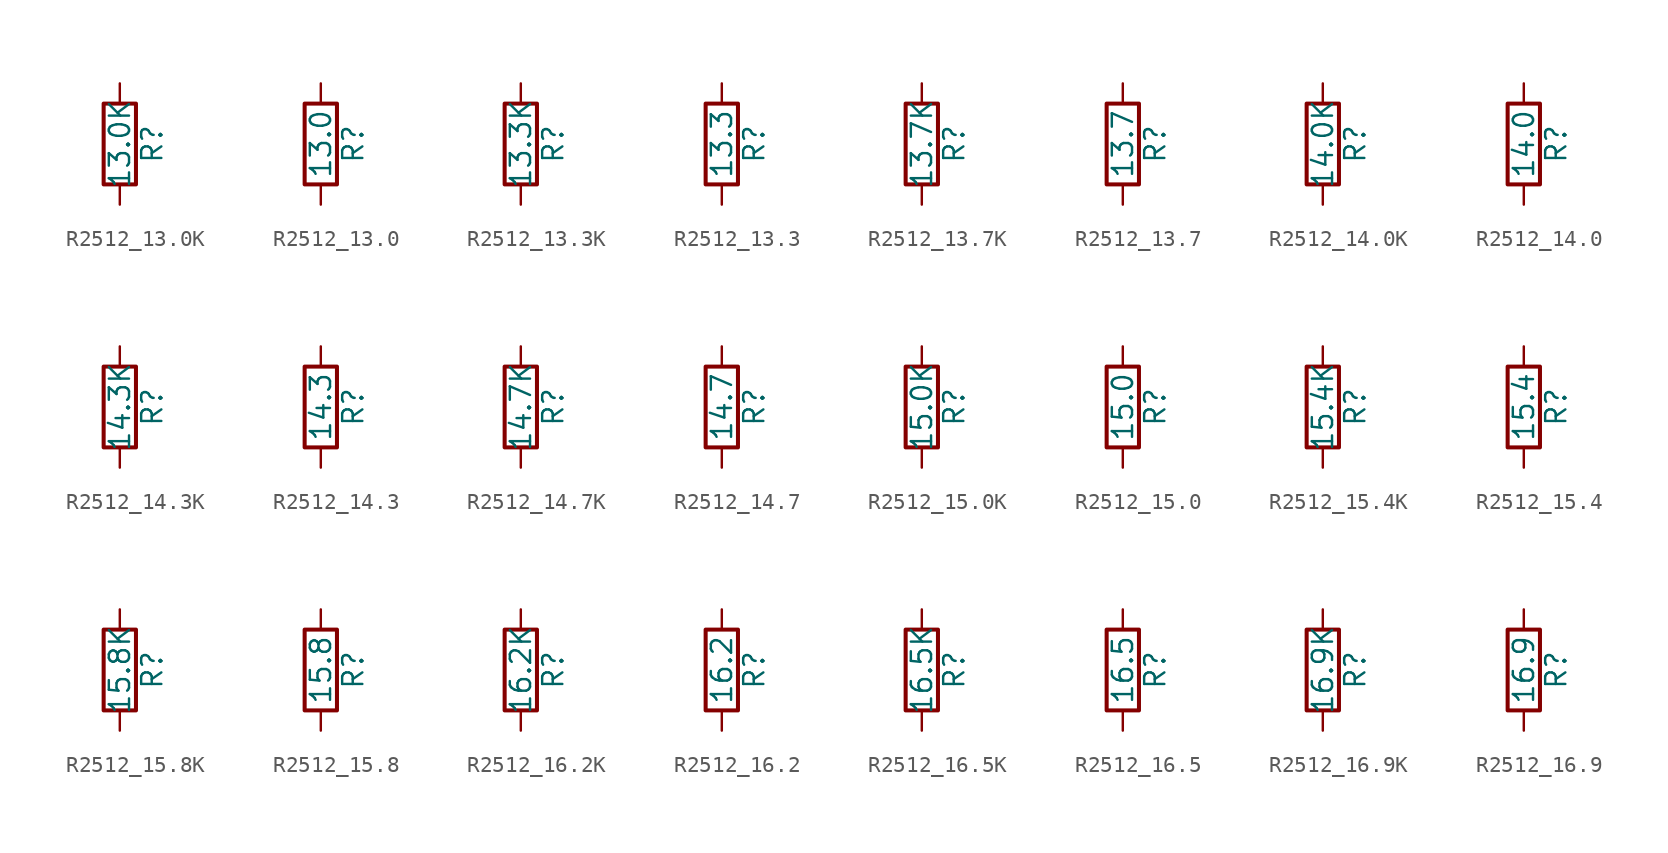
<source format=kicad_sym>
(kicad_symbol_lib
  (version 20211014)
  (generator atlantix-eda)
  (symbol "R2512_13.0K"
    (pin_numbers hide)
    (pin_names
      (offset 0))
    (property "Reference" "R"
      (at 2.032 0 90)
      (effects (font (size 1.27 1.27))))
    (property "Value" "13.0K"
      (at 0 0 90)
      (effects (font (size 1.27 1.27))))
    (symbol "R2512_13.0K_0_1"
      (rectangle (start -1.016 -2.54) (end 1.016 2.54) (stroke (width 0.254) (type default) (color 0 0 0 0)) (fill (type none))))
    (symbol "R2512_13.0K_1_1"
      (pin passive line (at 0 3.81 270) (length 1.27) (name "~" (effects (font (size 1.27 1.27)))) (number "1" (effects (font (size 1.27 1.27)))))
      (pin passive line (at 0 -3.81 90) (length 1.27) (name "~" (effects (font (size 1.27 1.27)))) (number "2" (effects (font (size 1.27 1.27)))))))
  (symbol "R2512_13.0"
    (pin_numbers hide)
    (pin_names
      (offset 0))
    (property "Reference" "R"
      (at 2.032 0 90)
      (effects (font (size 1.27 1.27))))
    (property "Value" "13.0"
      (at 0 0 90)
      (effects (font (size 1.27 1.27))))
    (symbol "R2512_13.0_0_1"
      (rectangle (start -1.016 -2.54) (end 1.016 2.54) (stroke (width 0.254) (type default) (color 0 0 0 0)) (fill (type none))))
    (symbol "R2512_13.0_1_1"
      (pin passive line (at 0 3.81 270) (length 1.27) (name "~" (effects (font (size 1.27 1.27)))) (number "1" (effects (font (size 1.27 1.27)))))
      (pin passive line (at 0 -3.81 90) (length 1.27) (name "~" (effects (font (size 1.27 1.27)))) (number "2" (effects (font (size 1.27 1.27)))))))
  (symbol "R2512_13.3K"
    (pin_numbers hide)
    (pin_names
      (offset 0))
    (property "Reference" "R"
      (at 2.032 0 90)
      (effects (font (size 1.27 1.27))))
    (property "Value" "13.3K"
      (at 0 0 90)
      (effects (font (size 1.27 1.27))))
    (symbol "R2512_13.3K_0_1"
      (rectangle (start -1.016 -2.54) (end 1.016 2.54) (stroke (width 0.254) (type default) (color 0 0 0 0)) (fill (type none))))
    (symbol "R2512_13.3K_1_1"
      (pin passive line (at 0 3.81 270) (length 1.27) (name "~" (effects (font (size 1.27 1.27)))) (number "1" (effects (font (size 1.27 1.27)))))
      (pin passive line (at 0 -3.81 90) (length 1.27) (name "~" (effects (font (size 1.27 1.27)))) (number "2" (effects (font (size 1.27 1.27)))))))
  (symbol "R2512_13.3"
    (pin_numbers hide)
    (pin_names
      (offset 0))
    (property "Reference" "R"
      (at 2.032 0 90)
      (effects (font (size 1.27 1.27))))
    (property "Value" "13.3"
      (at 0 0 90)
      (effects (font (size 1.27 1.27))))
    (symbol "R2512_13.3_0_1"
      (rectangle (start -1.016 -2.54) (end 1.016 2.54) (stroke (width 0.254) (type default) (color 0 0 0 0)) (fill (type none))))
    (symbol "R2512_13.3_1_1"
      (pin passive line (at 0 3.81 270) (length 1.27) (name "~" (effects (font (size 1.27 1.27)))) (number "1" (effects (font (size 1.27 1.27)))))
      (pin passive line (at 0 -3.81 90) (length 1.27) (name "~" (effects (font (size 1.27 1.27)))) (number "2" (effects (font (size 1.27 1.27)))))))
  (symbol "R2512_13.7K"
    (pin_numbers hide)
    (pin_names
      (offset 0))
    (property "Reference" "R"
      (at 2.032 0 90)
      (effects (font (size 1.27 1.27))))
    (property "Value" "13.7K"
      (at 0 0 90)
      (effects (font (size 1.27 1.27))))
    (symbol "R2512_13.7K_0_1"
      (rectangle (start -1.016 -2.54) (end 1.016 2.54) (stroke (width 0.254) (type default) (color 0 0 0 0)) (fill (type none))))
    (symbol "R2512_13.7K_1_1"
      (pin passive line (at 0 3.81 270) (length 1.27) (name "~" (effects (font (size 1.27 1.27)))) (number "1" (effects (font (size 1.27 1.27)))))
      (pin passive line (at 0 -3.81 90) (length 1.27) (name "~" (effects (font (size 1.27 1.27)))) (number "2" (effects (font (size 1.27 1.27)))))))
  (symbol "R2512_13.7"
    (pin_numbers hide)
    (pin_names
      (offset 0))
    (property "Reference" "R"
      (at 2.032 0 90)
      (effects (font (size 1.27 1.27))))
    (property "Value" "13.7"
      (at 0 0 90)
      (effects (font (size 1.27 1.27))))
    (symbol "R2512_13.7_0_1"
      (rectangle (start -1.016 -2.54) (end 1.016 2.54) (stroke (width 0.254) (type default) (color 0 0 0 0)) (fill (type none))))
    (symbol "R2512_13.7_1_1"
      (pin passive line (at 0 3.81 270) (length 1.27) (name "~" (effects (font (size 1.27 1.27)))) (number "1" (effects (font (size 1.27 1.27)))))
      (pin passive line (at 0 -3.81 90) (length 1.27) (name "~" (effects (font (size 1.27 1.27)))) (number "2" (effects (font (size 1.27 1.27)))))))
  (symbol "R2512_14.0K"
    (pin_numbers hide)
    (pin_names
      (offset 0))
    (property "Reference" "R"
      (at 2.032 0 90)
      (effects (font (size 1.27 1.27))))
    (property "Value" "14.0K"
      (at 0 0 90)
      (effects (font (size 1.27 1.27))))
    (symbol "R2512_14.0K_0_1"
      (rectangle (start -1.016 -2.54) (end 1.016 2.54) (stroke (width 0.254) (type default) (color 0 0 0 0)) (fill (type none))))
    (symbol "R2512_14.0K_1_1"
      (pin passive line (at 0 3.81 270) (length 1.27) (name "~" (effects (font (size 1.27 1.27)))) (number "1" (effects (font (size 1.27 1.27)))))
      (pin passive line (at 0 -3.81 90) (length 1.27) (name "~" (effects (font (size 1.27 1.27)))) (number "2" (effects (font (size 1.27 1.27)))))))
  (symbol "R2512_14.0"
    (pin_numbers hide)
    (pin_names
      (offset 0))
    (property "Reference" "R"
      (at 2.032 0 90)
      (effects (font (size 1.27 1.27))))
    (property "Value" "14.0"
      (at 0 0 90)
      (effects (font (size 1.27 1.27))))
    (symbol "R2512_14.0_0_1"
      (rectangle (start -1.016 -2.54) (end 1.016 2.54) (stroke (width 0.254) (type default) (color 0 0 0 0)) (fill (type none))))
    (symbol "R2512_14.0_1_1"
      (pin passive line (at 0 3.81 270) (length 1.27) (name "~" (effects (font (size 1.27 1.27)))) (number "1" (effects (font (size 1.27 1.27)))))
      (pin passive line (at 0 -3.81 90) (length 1.27) (name "~" (effects (font (size 1.27 1.27)))) (number "2" (effects (font (size 1.27 1.27)))))))
  (symbol "R2512_14.3K"
    (pin_numbers hide)
    (pin_names
      (offset 0))
    (property "Reference" "R"
      (at 2.032 0 90)
      (effects (font (size 1.27 1.27))))
    (property "Value" "14.3K"
      (at 0 0 90)
      (effects (font (size 1.27 1.27))))
    (symbol "R2512_14.3K_0_1"
      (rectangle (start -1.016 -2.54) (end 1.016 2.54) (stroke (width 0.254) (type default) (color 0 0 0 0)) (fill (type none))))
    (symbol "R2512_14.3K_1_1"
      (pin passive line (at 0 3.81 270) (length 1.27) (name "~" (effects (font (size 1.27 1.27)))) (number "1" (effects (font (size 1.27 1.27)))))
      (pin passive line (at 0 -3.81 90) (length 1.27) (name "~" (effects (font (size 1.27 1.27)))) (number "2" (effects (font (size 1.27 1.27)))))))
  (symbol "R2512_14.3"
    (pin_numbers hide)
    (pin_names
      (offset 0))
    (property "Reference" "R"
      (at 2.032 0 90)
      (effects (font (size 1.27 1.27))))
    (property "Value" "14.3"
      (at 0 0 90)
      (effects (font (size 1.27 1.27))))
    (symbol "R2512_14.3_0_1"
      (rectangle (start -1.016 -2.54) (end 1.016 2.54) (stroke (width 0.254) (type default) (color 0 0 0 0)) (fill (type none))))
    (symbol "R2512_14.3_1_1"
      (pin passive line (at 0 3.81 270) (length 1.27) (name "~" (effects (font (size 1.27 1.27)))) (number "1" (effects (font (size 1.27 1.27)))))
      (pin passive line (at 0 -3.81 90) (length 1.27) (name "~" (effects (font (size 1.27 1.27)))) (number "2" (effects (font (size 1.27 1.27)))))))
  (symbol "R2512_14.7K"
    (pin_numbers hide)
    (pin_names
      (offset 0))
    (property "Reference" "R"
      (at 2.032 0 90)
      (effects (font (size 1.27 1.27))))
    (property "Value" "14.7K"
      (at 0 0 90)
      (effects (font (size 1.27 1.27))))
    (symbol "R2512_14.7K_0_1"
      (rectangle (start -1.016 -2.54) (end 1.016 2.54) (stroke (width 0.254) (type default) (color 0 0 0 0)) (fill (type none))))
    (symbol "R2512_14.7K_1_1"
      (pin passive line (at 0 3.81 270) (length 1.27) (name "~" (effects (font (size 1.27 1.27)))) (number "1" (effects (font (size 1.27 1.27)))))
      (pin passive line (at 0 -3.81 90) (length 1.27) (name "~" (effects (font (size 1.27 1.27)))) (number "2" (effects (font (size 1.27 1.27)))))))
  (symbol "R2512_14.7"
    (pin_numbers hide)
    (pin_names
      (offset 0))
    (property "Reference" "R"
      (at 2.032 0 90)
      (effects (font (size 1.27 1.27))))
    (property "Value" "14.7"
      (at 0 0 90)
      (effects (font (size 1.27 1.27))))
    (symbol "R2512_14.7_0_1"
      (rectangle (start -1.016 -2.54) (end 1.016 2.54) (stroke (width 0.254) (type default) (color 0 0 0 0)) (fill (type none))))
    (symbol "R2512_14.7_1_1"
      (pin passive line (at 0 3.81 270) (length 1.27) (name "~" (effects (font (size 1.27 1.27)))) (number "1" (effects (font (size 1.27 1.27)))))
      (pin passive line (at 0 -3.81 90) (length 1.27) (name "~" (effects (font (size 1.27 1.27)))) (number "2" (effects (font (size 1.27 1.27)))))))
  (symbol "R2512_15.0K"
    (pin_numbers hide)
    (pin_names
      (offset 0))
    (property "Reference" "R"
      (at 2.032 0 90)
      (effects (font (size 1.27 1.27))))
    (property "Value" "15.0K"
      (at 0 0 90)
      (effects (font (size 1.27 1.27))))
    (symbol "R2512_15.0K_0_1"
      (rectangle (start -1.016 -2.54) (end 1.016 2.54) (stroke (width 0.254) (type default) (color 0 0 0 0)) (fill (type none))))
    (symbol "R2512_15.0K_1_1"
      (pin passive line (at 0 3.81 270) (length 1.27) (name "~" (effects (font (size 1.27 1.27)))) (number "1" (effects (font (size 1.27 1.27)))))
      (pin passive line (at 0 -3.81 90) (length 1.27) (name "~" (effects (font (size 1.27 1.27)))) (number "2" (effects (font (size 1.27 1.27)))))))
  (symbol "R2512_15.0"
    (pin_numbers hide)
    (pin_names
      (offset 0))
    (property "Reference" "R"
      (at 2.032 0 90)
      (effects (font (size 1.27 1.27))))
    (property "Value" "15.0"
      (at 0 0 90)
      (effects (font (size 1.27 1.27))))
    (symbol "R2512_15.0_0_1"
      (rectangle (start -1.016 -2.54) (end 1.016 2.54) (stroke (width 0.254) (type default) (color 0 0 0 0)) (fill (type none))))
    (symbol "R2512_15.0_1_1"
      (pin passive line (at 0 3.81 270) (length 1.27) (name "~" (effects (font (size 1.27 1.27)))) (number "1" (effects (font (size 1.27 1.27)))))
      (pin passive line (at 0 -3.81 90) (length 1.27) (name "~" (effects (font (size 1.27 1.27)))) (number "2" (effects (font (size 1.27 1.27)))))))
  (symbol "R2512_15.4K"
    (pin_numbers hide)
    (pin_names
      (offset 0))
    (property "Reference" "R"
      (at 2.032 0 90)
      (effects (font (size 1.27 1.27))))
    (property "Value" "15.4K"
      (at 0 0 90)
      (effects (font (size 1.27 1.27))))
    (symbol "R2512_15.4K_0_1"
      (rectangle (start -1.016 -2.54) (end 1.016 2.54) (stroke (width 0.254) (type default) (color 0 0 0 0)) (fill (type none))))
    (symbol "R2512_15.4K_1_1"
      (pin passive line (at 0 3.81 270) (length 1.27) (name "~" (effects (font (size 1.27 1.27)))) (number "1" (effects (font (size 1.27 1.27)))))
      (pin passive line (at 0 -3.81 90) (length 1.27) (name "~" (effects (font (size 1.27 1.27)))) (number "2" (effects (font (size 1.27 1.27)))))))
  (symbol "R2512_15.4"
    (pin_numbers hide)
    (pin_names
      (offset 0))
    (property "Reference" "R"
      (at 2.032 0 90)
      (effects (font (size 1.27 1.27))))
    (property "Value" "15.4"
      (at 0 0 90)
      (effects (font (size 1.27 1.27))))
    (symbol "R2512_15.4_0_1"
      (rectangle (start -1.016 -2.54) (end 1.016 2.54) (stroke (width 0.254) (type default) (color 0 0 0 0)) (fill (type none))))
    (symbol "R2512_15.4_1_1"
      (pin passive line (at 0 3.81 270) (length 1.27) (name "~" (effects (font (size 1.27 1.27)))) (number "1" (effects (font (size 1.27 1.27)))))
      (pin passive line (at 0 -3.81 90) (length 1.27) (name "~" (effects (font (size 1.27 1.27)))) (number "2" (effects (font (size 1.27 1.27)))))))
  (symbol "R2512_15.8K"
    (pin_numbers hide)
    (pin_names
      (offset 0))
    (property "Reference" "R"
      (at 2.032 0 90)
      (effects (font (size 1.27 1.27))))
    (property "Value" "15.8K"
      (at 0 0 90)
      (effects (font (size 1.27 1.27))))
    (symbol "R2512_15.8K_0_1"
      (rectangle (start -1.016 -2.54) (end 1.016 2.54) (stroke (width 0.254) (type default) (color 0 0 0 0)) (fill (type none))))
    (symbol "R2512_15.8K_1_1"
      (pin passive line (at 0 3.81 270) (length 1.27) (name "~" (effects (font (size 1.27 1.27)))) (number "1" (effects (font (size 1.27 1.27)))))
      (pin passive line (at 0 -3.81 90) (length 1.27) (name "~" (effects (font (size 1.27 1.27)))) (number "2" (effects (font (size 1.27 1.27)))))))
  (symbol "R2512_15.8"
    (pin_numbers hide)
    (pin_names
      (offset 0))
    (property "Reference" "R"
      (at 2.032 0 90)
      (effects (font (size 1.27 1.27))))
    (property "Value" "15.8"
      (at 0 0 90)
      (effects (font (size 1.27 1.27))))
    (symbol "R2512_15.8_0_1"
      (rectangle (start -1.016 -2.54) (end 1.016 2.54) (stroke (width 0.254) (type default) (color 0 0 0 0)) (fill (type none))))
    (symbol "R2512_15.8_1_1"
      (pin passive line (at 0 3.81 270) (length 1.27) (name "~" (effects (font (size 1.27 1.27)))) (number "1" (effects (font (size 1.27 1.27)))))
      (pin passive line (at 0 -3.81 90) (length 1.27) (name "~" (effects (font (size 1.27 1.27)))) (number "2" (effects (font (size 1.27 1.27)))))))
  (symbol "R2512_16.2K"
    (pin_numbers hide)
    (pin_names
      (offset 0))
    (property "Reference" "R"
      (at 2.032 0 90)
      (effects (font (size 1.27 1.27))))
    (property "Value" "16.2K"
      (at 0 0 90)
      (effects (font (size 1.27 1.27))))
    (symbol "R2512_16.2K_0_1"
      (rectangle (start -1.016 -2.54) (end 1.016 2.54) (stroke (width 0.254) (type default) (color 0 0 0 0)) (fill (type none))))
    (symbol "R2512_16.2K_1_1"
      (pin passive line (at 0 3.81 270) (length 1.27) (name "~" (effects (font (size 1.27 1.27)))) (number "1" (effects (font (size 1.27 1.27)))))
      (pin passive line (at 0 -3.81 90) (length 1.27) (name "~" (effects (font (size 1.27 1.27)))) (number "2" (effects (font (size 1.27 1.27)))))))
  (symbol "R2512_16.2"
    (pin_numbers hide)
    (pin_names
      (offset 0))
    (property "Reference" "R"
      (at 2.032 0 90)
      (effects (font (size 1.27 1.27))))
    (property "Value" "16.2"
      (at 0 0 90)
      (effects (font (size 1.27 1.27))))
    (symbol "R2512_16.2_0_1"
      (rectangle (start -1.016 -2.54) (end 1.016 2.54) (stroke (width 0.254) (type default) (color 0 0 0 0)) (fill (type none))))
    (symbol "R2512_16.2_1_1"
      (pin passive line (at 0 3.81 270) (length 1.27) (name "~" (effects (font (size 1.27 1.27)))) (number "1" (effects (font (size 1.27 1.27)))))
      (pin passive line (at 0 -3.81 90) (length 1.27) (name "~" (effects (font (size 1.27 1.27)))) (number "2" (effects (font (size 1.27 1.27)))))))
  (symbol "R2512_16.5K"
    (pin_numbers hide)
    (pin_names
      (offset 0))
    (property "Reference" "R"
      (at 2.032 0 90)
      (effects (font (size 1.27 1.27))))
    (property "Value" "16.5K"
      (at 0 0 90)
      (effects (font (size 1.27 1.27))))
    (symbol "R2512_16.5K_0_1"
      (rectangle (start -1.016 -2.54) (end 1.016 2.54) (stroke (width 0.254) (type default) (color 0 0 0 0)) (fill (type none))))
    (symbol "R2512_16.5K_1_1"
      (pin passive line (at 0 3.81 270) (length 1.27) (name "~" (effects (font (size 1.27 1.27)))) (number "1" (effects (font (size 1.27 1.27)))))
      (pin passive line (at 0 -3.81 90) (length 1.27) (name "~" (effects (font (size 1.27 1.27)))) (number "2" (effects (font (size 1.27 1.27)))))))
  (symbol "R2512_16.5"
    (pin_numbers hide)
    (pin_names
      (offset 0))
    (property "Reference" "R"
      (at 2.032 0 90)
      (effects (font (size 1.27 1.27))))
    (property "Value" "16.5"
      (at 0 0 90)
      (effects (font (size 1.27 1.27))))
    (symbol "R2512_16.5_0_1"
      (rectangle (start -1.016 -2.54) (end 1.016 2.54) (stroke (width 0.254) (type default) (color 0 0 0 0)) (fill (type none))))
    (symbol "R2512_16.5_1_1"
      (pin passive line (at 0 3.81 270) (length 1.27) (name "~" (effects (font (size 1.27 1.27)))) (number "1" (effects (font (size 1.27 1.27)))))
      (pin passive line (at 0 -3.81 90) (length 1.27) (name "~" (effects (font (size 1.27 1.27)))) (number "2" (effects (font (size 1.27 1.27)))))))
  (symbol "R2512_16.9K"
    (pin_numbers hide)
    (pin_names
      (offset 0))
    (property "Reference" "R"
      (at 2.032 0 90)
      (effects (font (size 1.27 1.27))))
    (property "Value" "16.9K"
      (at 0 0 90)
      (effects (font (size 1.27 1.27))))
    (symbol "R2512_16.9K_0_1"
      (rectangle (start -1.016 -2.54) (end 1.016 2.54) (stroke (width 0.254) (type default) (color 0 0 0 0)) (fill (type none))))
    (symbol "R2512_16.9K_1_1"
      (pin passive line (at 0 3.81 270) (length 1.27) (name "~" (effects (font (size 1.27 1.27)))) (number "1" (effects (font (size 1.27 1.27)))))
      (pin passive line (at 0 -3.81 90) (length 1.27) (name "~" (effects (font (size 1.27 1.27)))) (number "2" (effects (font (size 1.27 1.27)))))))
  (symbol "R2512_16.9"
    (pin_numbers hide)
    (pin_names
      (offset 0))
    (property "Reference" "R"
      (at 2.032 0 90)
      (effects (font (size 1.27 1.27))))
    (property "Value" "16.9"
      (at 0 0 90)
      (effects (font (size 1.27 1.27))))
    (symbol "R2512_16.9_0_1"
      (rectangle (start -1.016 -2.54) (end 1.016 2.54) (stroke (width 0.254) (type default) (color 0 0 0 0)) (fill (type none))))
    (symbol "R2512_16.9_1_1"
      (pin passive line (at 0 3.81 270) (length 1.27) (name "~" (effects (font (size 1.27 1.27)))) (number "1" (effects (font (size 1.27 1.27)))))
      (pin passive line (at 0 -3.81 90) (length 1.27) (name "~" (effects (font (size 1.27 1.27)))) (number "2" (effects (font (size 1.27 1.27))))))))
</source>
